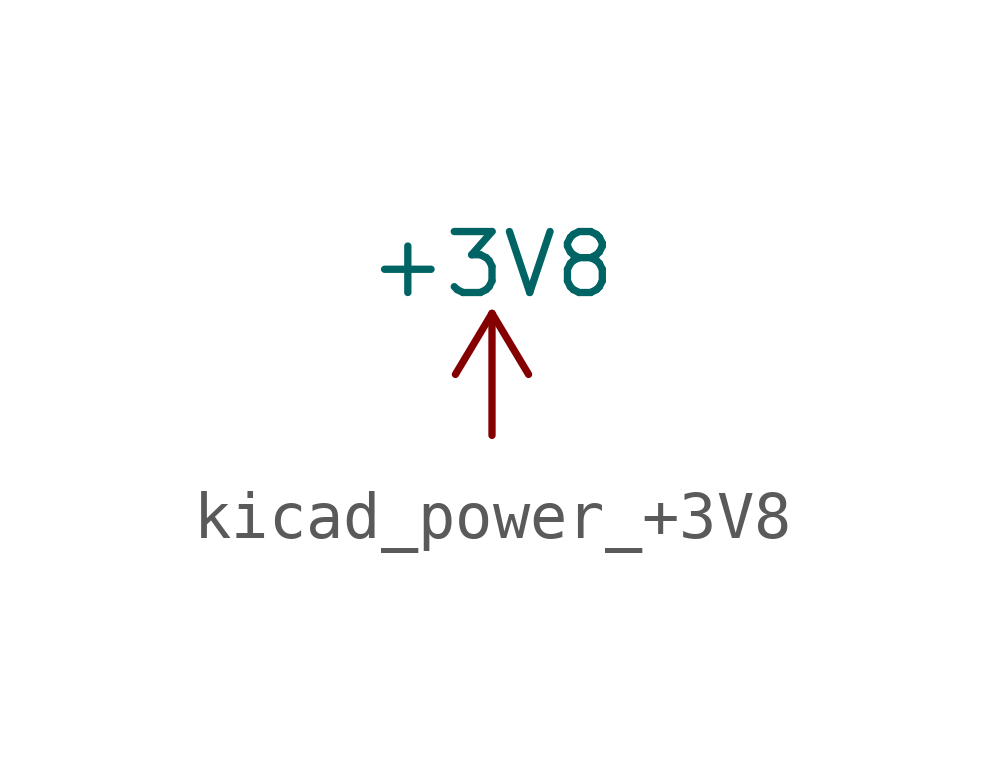
<source format=kicad_sym>
(kicad_symbol_lib
  (version 20220914)
  (generator kicad_symbol_editor)
  (symbol "kicad_power_+3V8"
    (power)
    (pin_names
      (offset 0))
    (property "Reference" "#PWR"
      (at 0 -3.81 0)
      (effects (font (size 1.27 1.27)) hide))
    (property "Value" "+3V8"
      (at 0 3.556 0)
      (effects (font (size 1.27 1.27))))
    (symbol "kicad_power_+3V8_0_1"
      (polyline (pts (xy -0.762 1.27) (xy 0 2.54)) (stroke (width 0) (type default)) (fill (type none)))
      (polyline (pts (xy 0 0) (xy 0 2.54)) (stroke (width 0) (type default)) (fill (type none)))
      (polyline (pts (xy 0 2.54) (xy 0.762 1.27)) (stroke (width 0) (type default)) (fill (type none))))
    (symbol "kicad_power_+3V8_1_1"
      (pin power_in line (at 0 0 90) (length 0) hide (name "+3V8" (effects (font (size 1.27 1.27)))) (number "1" (effects (font (size 1.27 1.27))))))))
</source>
